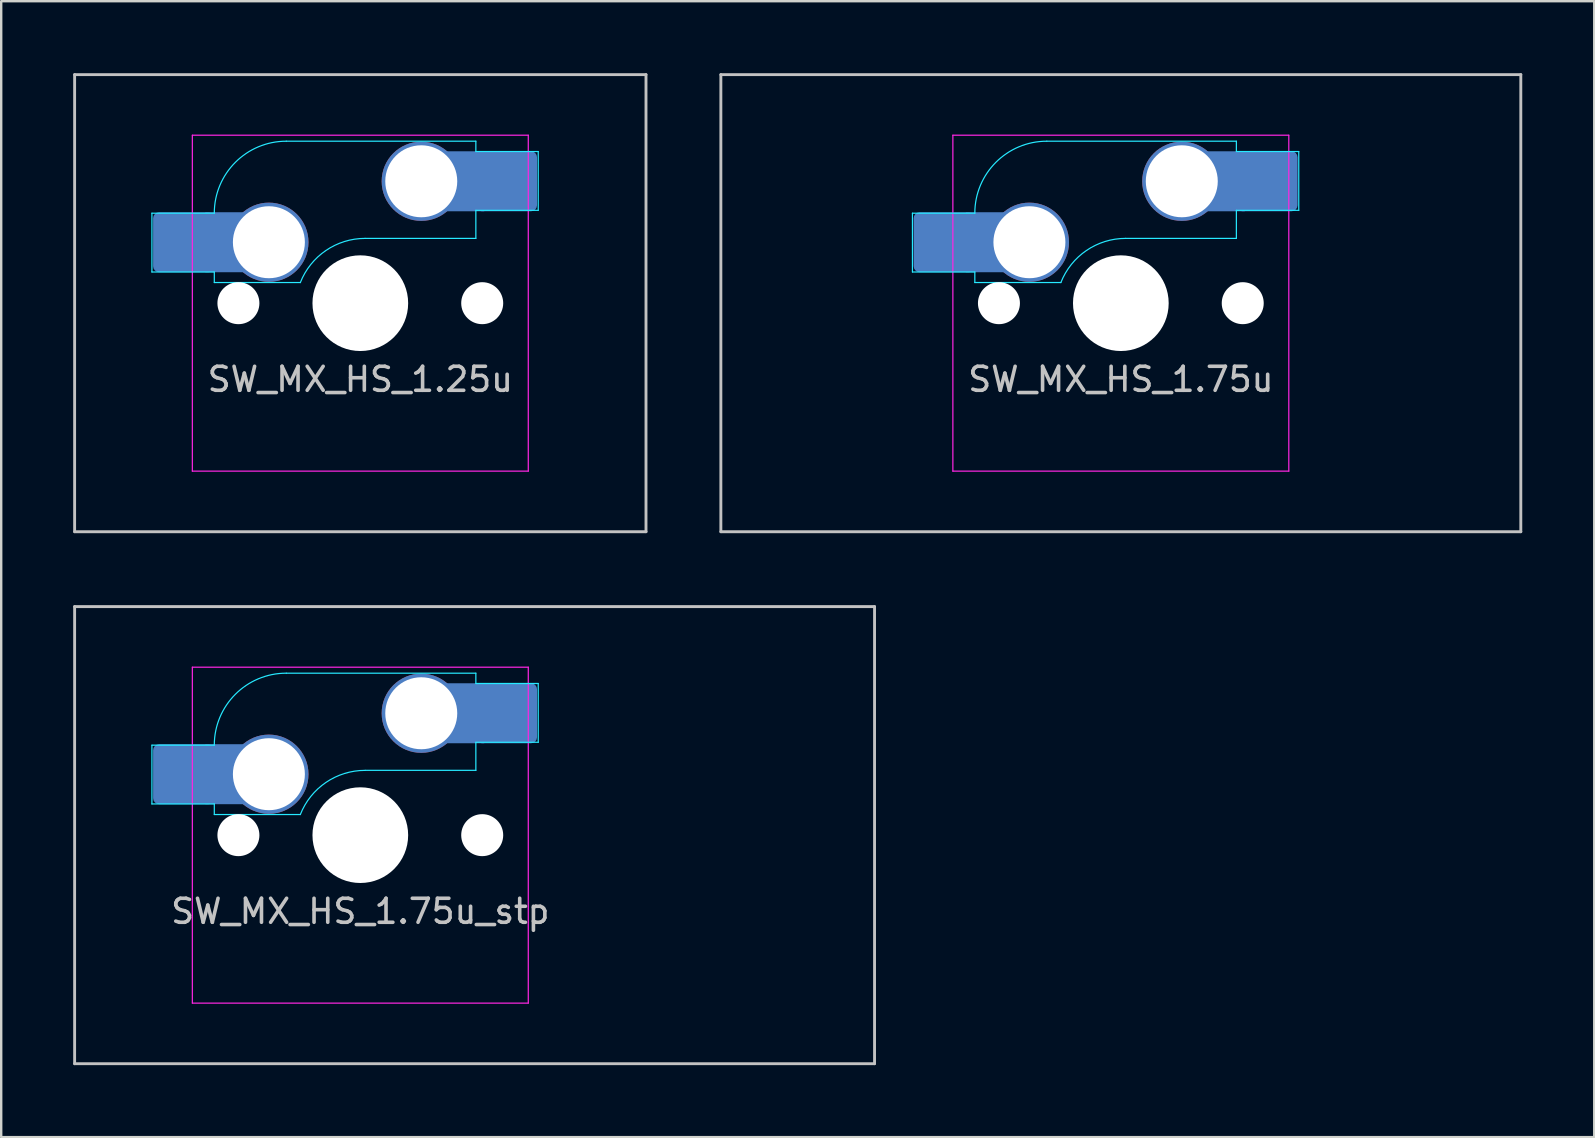
<source format=kicad_pcb>
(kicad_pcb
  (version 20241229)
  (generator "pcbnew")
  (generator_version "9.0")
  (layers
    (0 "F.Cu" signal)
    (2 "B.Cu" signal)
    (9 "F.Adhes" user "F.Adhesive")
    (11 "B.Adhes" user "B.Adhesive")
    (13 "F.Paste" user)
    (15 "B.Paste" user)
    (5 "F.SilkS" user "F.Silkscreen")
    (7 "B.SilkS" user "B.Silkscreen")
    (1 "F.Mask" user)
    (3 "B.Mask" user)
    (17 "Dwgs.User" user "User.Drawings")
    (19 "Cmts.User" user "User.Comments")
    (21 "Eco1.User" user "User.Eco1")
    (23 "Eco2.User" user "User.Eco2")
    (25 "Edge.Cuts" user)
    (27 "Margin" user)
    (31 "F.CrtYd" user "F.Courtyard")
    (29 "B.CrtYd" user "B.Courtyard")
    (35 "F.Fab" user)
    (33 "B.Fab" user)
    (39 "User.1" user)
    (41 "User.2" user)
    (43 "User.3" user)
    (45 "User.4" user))
  (footprint "SW_MX_HS_1.75u_stp"
    (layer "F.Cu")
    (at 11.966 31.755)
    (property "Reference" "SW_MX_HS_1.75u_stp" (at 0 3.175 0) (layer "Dwgs.User") (effects (font (size 1 1) (thickness 0.15))))
    (attr smd)
    (fp_line (start -11.906 -9.525) (end -11.906 9.525) (stroke (width 0.12) (type solid)) (layer "Dwgs.User"))
    (fp_line (start -11.906 9.525) (end 21.431 9.525) (stroke (width 0.12) (type solid)) (layer "Dwgs.User"))
    (fp_line (start 21.431 -9.525) (end -11.906 -9.525) (stroke (width 0.12) (type solid)) (layer "Dwgs.User"))
    (fp_line (start 21.431 9.525) (end 21.431 -9.525) (stroke (width 0.12) (type solid)) (layer "Dwgs.User"))
    (fp_line (start -7 6.5) (end -7 -6.5) (stroke (width 0.05) (type solid)) (layer "Eco2.User"))
    (fp_line (start -6.5 -7) (end 6.5 -7) (stroke (width 0.05) (type solid)) (layer "Eco2.User"))
    (fp_line (start 6.5 7) (end -6.5 7) (stroke (width 0.05) (type solid)) (layer "Eco2.User"))
    (fp_line (start 7 -6.5) (end 7 6.5) (stroke (width 0.05) (type solid)) (layer "Eco2.User"))
    (fp_arc (start -7 -6.5) (mid -6.853553 -6.853553) (end -6.5 -7) (stroke (width 0.05) (type solid)) (layer "Eco2.User"))
    (fp_arc (start -6.5 7) (mid -6.853553 6.853553) (end -7 6.5) (stroke (width 0.05) (type solid)) (layer "Eco2.User"))
    (fp_arc (start 6.5 -7) (mid 6.853553 -6.853553) (end 7 -6.5) (stroke (width 0.05) (type solid)) (layer "Eco2.User"))
    (fp_arc (start 6.997236 6.498884) (mid 6.850789 6.852437) (end 6.497236 6.998884) (stroke (width 0.05) (type solid)) (layer "Eco2.User"))
    (fp_line (start -8.685 -3.75) (end -8.685 -1.3) (stroke (width 0.05) (type solid)) (layer "B.CrtYd"))
    (fp_line (start -8.685 -1.3) (end -6.085 -1.3) (stroke (width 0.05) (type solid)) (layer "B.CrtYd"))
    (fp_line (start -6.085 -3.75) (end -8.685 -3.75) (stroke (width 0.05) (type solid)) (layer "B.CrtYd"))
    (fp_line (start -6.085 -1.3) (end -6.085 -0.86) (stroke (width 0.05) (type solid)) (layer "B.CrtYd"))
    (fp_line (start -6.085 -0.86) (end -2.499 -0.86) (stroke (width 0.05) (type solid)) (layer "B.CrtYd"))
    (fp_line (start -3.085 -6.75) (end 4.815 -6.75) (stroke (width 0.05) (type solid)) (layer "B.CrtYd"))
    (fp_line (start 4.815 -6.75) (end 4.815 -6.32) (stroke (width 0.05) (type solid)) (layer "B.CrtYd"))
    (fp_line (start 4.815 -3.87) (end 4.815 -2.7) (stroke (width 0.05) (type solid)) (layer "B.CrtYd"))
    (fp_line (start 4.815 -3.87) (end 7.415 -3.87) (stroke (width 0.05) (type solid)) (layer "B.CrtYd"))
    (fp_line (start 4.815 -2.7) (end 0.2 -2.7) (stroke (width 0.05) (type solid)) (layer "B.CrtYd"))
    (fp_line (start 7.415 -6.32) (end 4.815 -6.32) (stroke (width 0.05) (type solid)) (layer "B.CrtYd"))
    (fp_line (start 7.415 -3.87) (end 7.415 -6.32) (stroke (width 0.05) (type solid)) (layer "B.CrtYd"))
    (fp_arc (start -6.085 -3.75) (mid -5.20632 -5.87132) (end -3.085 -6.75) (stroke (width 0.05) (type solid)) (layer "B.CrtYd"))
    (fp_arc (start -2.500062 -0.858143) (mid -1.434226 -2.195685) (end 0.2 -2.7) (stroke (width 0.05) (type solid)) (layer "B.CrtYd"))
    (fp_line (start -7 -7) (end -7 7) (stroke (width 0.05) (type solid)) (layer "F.CrtYd"))
    (fp_line (start -7 7) (end 7 7) (stroke (width 0.05) (type solid)) (layer "F.CrtYd"))
    (fp_line (start 7 -7) (end -7 -7) (stroke (width 0.05) (type solid)) (layer "F.CrtYd"))
    (fp_line (start 7 7) (end 7 -7) (stroke (width 0.05) (type solid)) (layer "F.CrtYd"))
    (pad "" np_thru_hole circle (at -5.08 0) (size 1.75 1.75) (drill 1.75) (layers "*.Cu" "*.Mask"))
    (pad "" np_thru_hole circle (at 0 0) (size 3.988 3.988) (drill 3.988) (layers "*.Cu" "*.Mask"))
    (pad "" np_thru_hole circle (at 5.08 0) (size 1.75 1.75) (drill 1.75) (layers "*.Cu" "*.Mask"))
    (pad "1" smd roundrect (at -7.36 -2.54) (size 2.55 2.5) (layers "B.Cu" "B.Mask" "B.Paste") (roundrect_rratio 0.1))
    (pad "1" smd rect (at -5.635 -2.54 180) (size 1.65 2.5) (layers "B.Cu"))
    (pad "1" thru_hole circle (at -3.81 -2.54) (size 3.3 3.3) (drill 3) (layers "*.Cu"))
    (pad "2" thru_hole circle (at 2.54 -5.08) (size 3.3 3.3) (drill 3) (layers "*.Cu"))
    (pad "2" smd rect (at 4.34 -5.08) (size 1.65 2.5) (layers "B.Cu"))
    (pad "2" smd roundrect (at 6.09 -5.08) (size 2.55 2.5) (layers "B.Cu" "B.Mask" "B.Paste") (roundrect_rratio 0.1)))
  (footprint "SW_MX_HS_1.75u"
    (layer "F.Cu")
    (at 43.661 9.585)
    (property "Reference" "SW_MX_HS_1.75u" (at 0 3.175 0) (layer "Dwgs.User") (effects (font (size 1 1) (thickness 0.15))))
    (attr smd)
    (fp_line (start -16.669 -9.525) (end -16.669 9.525) (stroke (width 0.12) (type solid)) (layer "Dwgs.User"))
    (fp_line (start -16.669 9.525) (end 16.669 9.525) (stroke (width 0.12) (type solid)) (layer "Dwgs.User"))
    (fp_line (start 16.669 -9.525) (end -16.669 -9.525) (stroke (width 0.12) (type solid)) (layer "Dwgs.User"))
    (fp_line (start 16.669 9.525) (end 16.669 -9.525) (stroke (width 0.12) (type solid)) (layer "Dwgs.User"))
    (fp_line (start -7 6.5) (end -7 -6.5) (stroke (width 0.05) (type solid)) (layer "Eco2.User"))
    (fp_line (start -6.5 -7) (end 6.5 -7) (stroke (width 0.05) (type solid)) (layer "Eco2.User"))
    (fp_line (start 6.5 7) (end -6.5 7) (stroke (width 0.05) (type solid)) (layer "Eco2.User"))
    (fp_line (start 7 -6.5) (end 7 6.5) (stroke (width 0.05) (type solid)) (layer "Eco2.User"))
    (fp_arc (start -7 -6.5) (mid -6.853553 -6.853553) (end -6.5 -7) (stroke (width 0.05) (type solid)) (layer "Eco2.User"))
    (fp_arc (start -6.5 7) (mid -6.853553 6.853553) (end -7 6.5) (stroke (width 0.05) (type solid)) (layer "Eco2.User"))
    (fp_arc (start 6.5 -7) (mid 6.853553 -6.853553) (end 7 -6.5) (stroke (width 0.05) (type solid)) (layer "Eco2.User"))
    (fp_arc (start 6.997236 6.498884) (mid 6.850789 6.852437) (end 6.497236 6.998884) (stroke (width 0.05) (type solid)) (layer "Eco2.User"))
    (fp_line (start -8.685 -3.75) (end -8.685 -1.3) (stroke (width 0.05) (type solid)) (layer "B.CrtYd"))
    (fp_line (start -8.685 -1.3) (end -6.085 -1.3) (stroke (width 0.05) (type solid)) (layer "B.CrtYd"))
    (fp_line (start -6.085 -3.75) (end -8.685 -3.75) (stroke (width 0.05) (type solid)) (layer "B.CrtYd"))
    (fp_line (start -6.085 -1.3) (end -6.085 -0.86) (stroke (width 0.05) (type solid)) (layer "B.CrtYd"))
    (fp_line (start -6.085 -0.86) (end -2.499 -0.86) (stroke (width 0.05) (type solid)) (layer "B.CrtYd"))
    (fp_line (start -3.085 -6.75) (end 4.815 -6.75) (stroke (width 0.05) (type solid)) (layer "B.CrtYd"))
    (fp_line (start 4.815 -6.75) (end 4.815 -6.32) (stroke (width 0.05) (type solid)) (layer "B.CrtYd"))
    (fp_line (start 4.815 -3.87) (end 4.815 -2.7) (stroke (width 0.05) (type solid)) (layer "B.CrtYd"))
    (fp_line (start 4.815 -3.87) (end 7.415 -3.87) (stroke (width 0.05) (type solid)) (layer "B.CrtYd"))
    (fp_line (start 4.815 -2.7) (end 0.2 -2.7) (stroke (width 0.05) (type solid)) (layer "B.CrtYd"))
    (fp_line (start 7.415 -6.32) (end 4.815 -6.32) (stroke (width 0.05) (type solid)) (layer "B.CrtYd"))
    (fp_line (start 7.415 -3.87) (end 7.415 -6.32) (stroke (width 0.05) (type solid)) (layer "B.CrtYd"))
    (fp_arc (start -6.085 -3.75) (mid -5.20632 -5.87132) (end -3.085 -6.75) (stroke (width 0.05) (type solid)) (layer "B.CrtYd"))
    (fp_arc (start -2.500062 -0.858143) (mid -1.434226 -2.195685) (end 0.2 -2.7) (stroke (width 0.05) (type solid)) (layer "B.CrtYd"))
    (fp_line (start -7 -7) (end -7 7) (stroke (width 0.05) (type solid)) (layer "F.CrtYd"))
    (fp_line (start -7 7) (end 7 7) (stroke (width 0.05) (type solid)) (layer "F.CrtYd"))
    (fp_line (start 7 -7) (end -7 -7) (stroke (width 0.05) (type solid)) (layer "F.CrtYd"))
    (fp_line (start 7 7) (end 7 -7) (stroke (width 0.05) (type solid)) (layer "F.CrtYd"))
    (pad "" np_thru_hole circle (at -5.08 0) (size 1.75 1.75) (drill 1.75) (layers "*.Cu" "*.Mask"))
    (pad "" np_thru_hole circle (at 0 0) (size 3.988 3.988) (drill 3.988) (layers "*.Cu" "*.Mask"))
    (pad "" np_thru_hole circle (at 5.08 0) (size 1.75 1.75) (drill 1.75) (layers "*.Cu" "*.Mask"))
    (pad "1" smd roundrect (at -7.36 -2.54) (size 2.55 2.5) (layers "B.Cu" "B.Mask" "B.Paste") (roundrect_rratio 0.1))
    (pad "1" smd rect (at -5.635 -2.54 180) (size 1.65 2.5) (layers "B.Cu"))
    (pad "1" thru_hole circle (at -3.81 -2.54) (size 3.3 3.3) (drill 3) (layers "*.Cu"))
    (pad "2" thru_hole circle (at 2.54 -5.08) (size 3.3 3.3) (drill 3) (layers "*.Cu"))
    (pad "2" smd rect (at 4.34 -5.08) (size 1.65 2.5) (layers "B.Cu"))
    (pad "2" smd roundrect (at 6.09 -5.08) (size 2.55 2.5) (layers "B.Cu" "B.Mask" "B.Paste") (roundrect_rratio 0.1)))
  (footprint "SW_MX_HS_1.25u"
    (layer "F.Cu")
    (at 11.966 9.585)
    (property "Reference" "SW_MX_HS_1.25u" (at 0 3.175 0) (layer "Dwgs.User") (effects (font (size 1 1) (thickness 0.15))))
    (attr smd)
    (fp_line (start -11.906 -9.525) (end -11.906 9.525) (stroke (width 0.12) (type solid)) (layer "Dwgs.User"))
    (fp_line (start -11.906 9.525) (end 11.906 9.525) (stroke (width 0.12) (type solid)) (layer "Dwgs.User"))
    (fp_line (start 11.906 -9.525) (end -11.906 -9.525) (stroke (width 0.12) (type solid)) (layer "Dwgs.User"))
    (fp_line (start 11.906 9.525) (end 11.906 -9.525) (stroke (width 0.12) (type solid)) (layer "Dwgs.User"))
    (fp_line (start -7 6.5) (end -7 -6.5) (stroke (width 0.05) (type solid)) (layer "Eco2.User"))
    (fp_line (start -6.5 -7) (end 6.5 -7) (stroke (width 0.05) (type solid)) (layer "Eco2.User"))
    (fp_line (start 6.5 7) (end -6.5 7) (stroke (width 0.05) (type solid)) (layer "Eco2.User"))
    (fp_line (start 7 -6.5) (end 7 6.5) (stroke (width 0.05) (type solid)) (layer "Eco2.User"))
    (fp_arc (start -7 -6.5) (mid -6.853553 -6.853553) (end -6.5 -7) (stroke (width 0.05) (type solid)) (layer "Eco2.User"))
    (fp_arc (start -6.5 7) (mid -6.853553 6.853553) (end -7 6.5) (stroke (width 0.05) (type solid)) (layer "Eco2.User"))
    (fp_arc (start 6.5 -7) (mid 6.853553 -6.853553) (end 7 -6.5) (stroke (width 0.05) (type solid)) (layer "Eco2.User"))
    (fp_arc (start 6.997236 6.498884) (mid 6.850789 6.852437) (end 6.497236 6.998884) (stroke (width 0.05) (type solid)) (layer "Eco2.User"))
    (fp_line (start -8.685 -3.75) (end -8.685 -1.3) (stroke (width 0.05) (type solid)) (layer "B.CrtYd"))
    (fp_line (start -8.685 -1.3) (end -6.085 -1.3) (stroke (width 0.05) (type solid)) (layer "B.CrtYd"))
    (fp_line (start -6.085 -3.75) (end -8.685 -3.75) (stroke (width 0.05) (type solid)) (layer "B.CrtYd"))
    (fp_line (start -6.085 -1.3) (end -6.085 -0.86) (stroke (width 0.05) (type solid)) (layer "B.CrtYd"))
    (fp_line (start -6.085 -0.86) (end -2.499 -0.86) (stroke (width 0.05) (type solid)) (layer "B.CrtYd"))
    (fp_line (start -3.085 -6.75) (end 4.815 -6.75) (stroke (width 0.05) (type solid)) (layer "B.CrtYd"))
    (fp_line (start 4.815 -6.75) (end 4.815 -6.32) (stroke (width 0.05) (type solid)) (layer "B.CrtYd"))
    (fp_line (start 4.815 -3.87) (end 4.815 -2.7) (stroke (width 0.05) (type solid)) (layer "B.CrtYd"))
    (fp_line (start 4.815 -3.87) (end 7.415 -3.87) (stroke (width 0.05) (type solid)) (layer "B.CrtYd"))
    (fp_line (start 4.815 -2.7) (end 0.2 -2.7) (stroke (width 0.05) (type solid)) (layer "B.CrtYd"))
    (fp_line (start 7.415 -6.32) (end 4.815 -6.32) (stroke (width 0.05) (type solid)) (layer "B.CrtYd"))
    (fp_line (start 7.415 -3.87) (end 7.415 -6.32) (stroke (width 0.05) (type solid)) (layer "B.CrtYd"))
    (fp_arc (start -6.085 -3.75) (mid -5.20632 -5.87132) (end -3.085 -6.75) (stroke (width 0.05) (type solid)) (layer "B.CrtYd"))
    (fp_arc (start -2.500062 -0.858143) (mid -1.434226 -2.195685) (end 0.2 -2.7) (stroke (width 0.05) (type solid)) (layer "B.CrtYd"))
    (fp_line (start -7 -7) (end -7 7) (stroke (width 0.05) (type solid)) (layer "F.CrtYd"))
    (fp_line (start -7 7) (end 7 7) (stroke (width 0.05) (type solid)) (layer "F.CrtYd"))
    (fp_line (start 7 -7) (end -7 -7) (stroke (width 0.05) (type solid)) (layer "F.CrtYd"))
    (fp_line (start 7 7) (end 7 -7) (stroke (width 0.05) (type solid)) (layer "F.CrtYd"))
    (pad "" np_thru_hole circle (at -5.08 0) (size 1.75 1.75) (drill 1.75) (layers "*.Cu" "*.Mask"))
    (pad "" np_thru_hole circle (at 0 0) (size 3.988 3.988) (drill 3.988) (layers "*.Cu" "*.Mask"))
    (pad "" np_thru_hole circle (at 5.08 0) (size 1.75 1.75) (drill 1.75) (layers "*.Cu" "*.Mask"))
    (pad "1" smd roundrect (at -7.36 -2.54) (size 2.55 2.5) (layers "B.Cu" "B.Mask" "B.Paste") (roundrect_rratio 0.1))
    (pad "1" smd rect (at -5.635 -2.54 180) (size 1.65 2.5) (layers "B.Cu"))
    (pad "1" thru_hole circle (at -3.81 -2.54) (size 3.3 3.3) (drill 3) (layers "*.Cu"))
    (pad "2" thru_hole circle (at 2.54 -5.08) (size 3.3 3.3) (drill 3) (layers "*.Cu"))
    (pad "2" smd rect (at 4.34 -5.08) (size 1.65 2.5) (layers "B.Cu"))
    (pad "2" smd roundrect (at 6.09 -5.08) (size 2.55 2.5) (layers "B.Cu" "B.Mask" "B.Paste") (roundrect_rratio 0.1)))
  (gr_rect
    (start -3 -3)
    (end 63.39 44.34)
    (stroke (width 0.1) (type default))
    (fill no)
    (layer "Edge.Cuts")))
</source>
